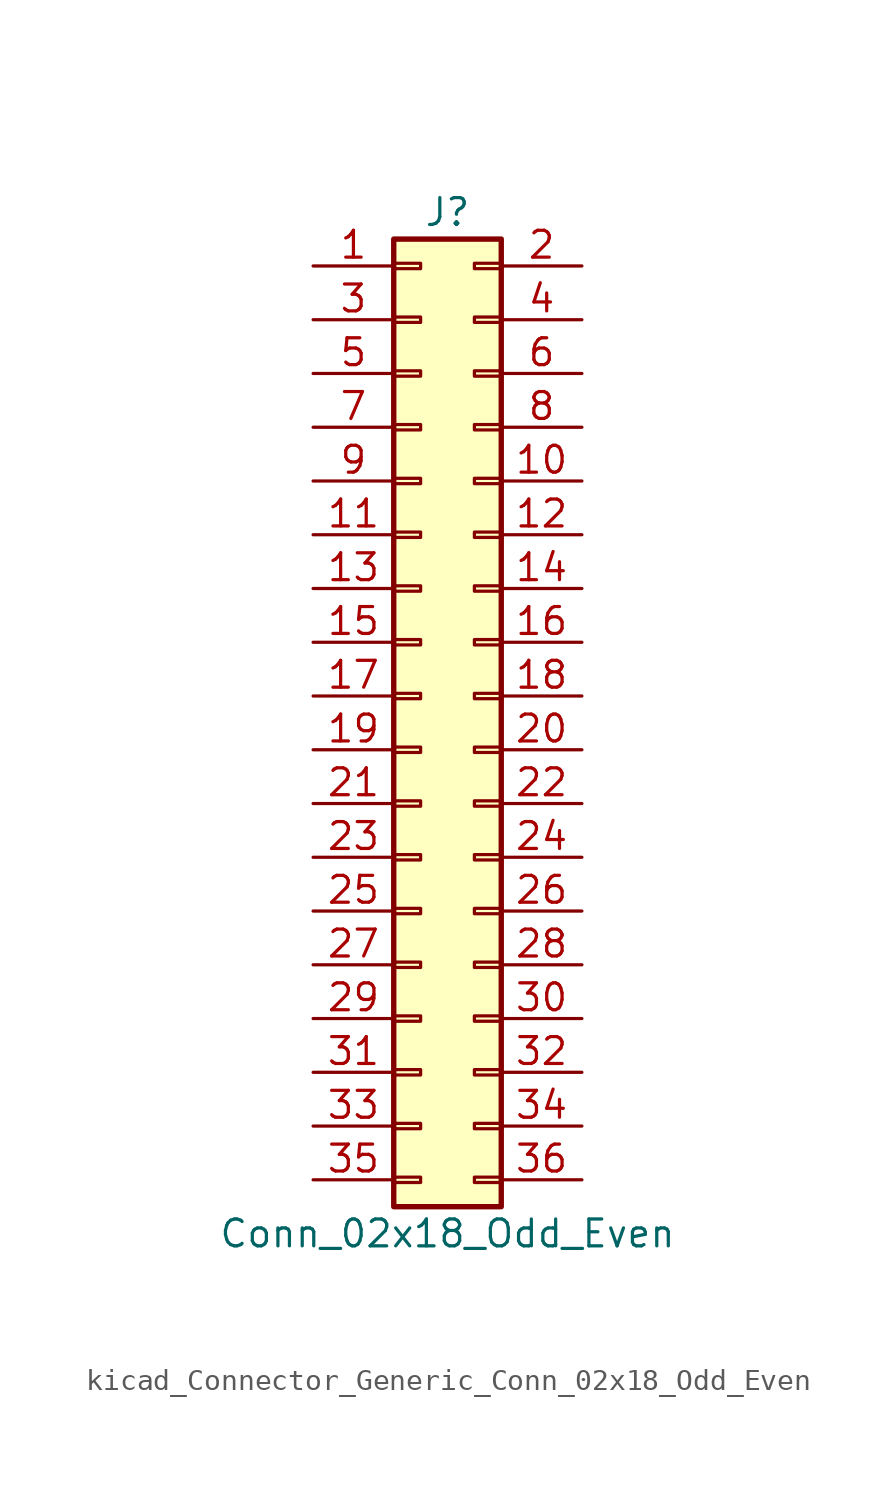
<source format=kicad_sym>
(kicad_symbol_lib
  (version 20220914)
  (generator kicad_symbol_editor)
  (symbol "kicad_Connector_Generic_Conn_02x18_Odd_Even"
    (pin_names
      (offset 1.016) hide)
    (property "Reference" "J"
      (at 1.27 22.86 0)
      (effects (font (size 1.27 1.27))))
    (property "Value" "Conn_02x18_Odd_Even"
      (at 1.27 -25.4 0)
      (effects (font (size 1.27 1.27))))
    (symbol "kicad_Connector_Generic_Conn_02x18_Odd_Even_1_1"
      (rectangle (start -1.27 -22.733) (end 0 -22.987) (stroke (width 0.152) (type default)) (fill (type none)))
      (rectangle (start -1.27 -20.193) (end 0 -20.447) (stroke (width 0.152) (type default)) (fill (type none)))
      (rectangle (start -1.27 -17.653) (end 0 -17.907) (stroke (width 0.152) (type default)) (fill (type none)))
      (rectangle (start -1.27 -15.113) (end 0 -15.367) (stroke (width 0.152) (type default)) (fill (type none)))
      (rectangle (start -1.27 -12.573) (end 0 -12.827) (stroke (width 0.152) (type default)) (fill (type none)))
      (rectangle (start -1.27 -10.033) (end 0 -10.287) (stroke (width 0.152) (type default)) (fill (type none)))
      (rectangle (start -1.27 -7.493) (end 0 -7.747) (stroke (width 0.152) (type default)) (fill (type none)))
      (rectangle (start -1.27 -4.953) (end 0 -5.207) (stroke (width 0.152) (type default)) (fill (type none)))
      (rectangle (start -1.27 -2.413) (end 0 -2.667) (stroke (width 0.152) (type default)) (fill (type none)))
      (rectangle (start -1.27 0.127) (end 0 -0.127) (stroke (width 0.152) (type default)) (fill (type none)))
      (rectangle (start -1.27 2.667) (end 0 2.413) (stroke (width 0.152) (type default)) (fill (type none)))
      (rectangle (start -1.27 5.207) (end 0 4.953) (stroke (width 0.152) (type default)) (fill (type none)))
      (rectangle (start -1.27 7.747) (end 0 7.493) (stroke (width 0.152) (type default)) (fill (type none)))
      (rectangle (start -1.27 10.287) (end 0 10.033) (stroke (width 0.152) (type default)) (fill (type none)))
      (rectangle (start -1.27 12.827) (end 0 12.573) (stroke (width 0.152) (type default)) (fill (type none)))
      (rectangle (start -1.27 15.367) (end 0 15.113) (stroke (width 0.152) (type default)) (fill (type none)))
      (rectangle (start -1.27 17.907) (end 0 17.653) (stroke (width 0.152) (type default)) (fill (type none)))
      (rectangle (start -1.27 20.447) (end 0 20.193) (stroke (width 0.152) (type default)) (fill (type none)))
      (rectangle (start -1.27 21.59) (end 3.81 -24.13) (stroke (width 0.254) (type default)) (fill (type background)))
      (rectangle (start 3.81 -22.733) (end 2.54 -22.987) (stroke (width 0.152) (type default)) (fill (type none)))
      (rectangle (start 3.81 -20.193) (end 2.54 -20.447) (stroke (width 0.152) (type default)) (fill (type none)))
      (rectangle (start 3.81 -17.653) (end 2.54 -17.907) (stroke (width 0.152) (type default)) (fill (type none)))
      (rectangle (start 3.81 -15.113) (end 2.54 -15.367) (stroke (width 0.152) (type default)) (fill (type none)))
      (rectangle (start 3.81 -12.573) (end 2.54 -12.827) (stroke (width 0.152) (type default)) (fill (type none)))
      (rectangle (start 3.81 -10.033) (end 2.54 -10.287) (stroke (width 0.152) (type default)) (fill (type none)))
      (rectangle (start 3.81 -7.493) (end 2.54 -7.747) (stroke (width 0.152) (type default)) (fill (type none)))
      (rectangle (start 3.81 -4.953) (end 2.54 -5.207) (stroke (width 0.152) (type default)) (fill (type none)))
      (rectangle (start 3.81 -2.413) (end 2.54 -2.667) (stroke (width 0.152) (type default)) (fill (type none)))
      (rectangle (start 3.81 0.127) (end 2.54 -0.127) (stroke (width 0.152) (type default)) (fill (type none)))
      (rectangle (start 3.81 2.667) (end 2.54 2.413) (stroke (width 0.152) (type default)) (fill (type none)))
      (rectangle (start 3.81 5.207) (end 2.54 4.953) (stroke (width 0.152) (type default)) (fill (type none)))
      (rectangle (start 3.81 7.747) (end 2.54 7.493) (stroke (width 0.152) (type default)) (fill (type none)))
      (rectangle (start 3.81 10.287) (end 2.54 10.033) (stroke (width 0.152) (type default)) (fill (type none)))
      (rectangle (start 3.81 12.827) (end 2.54 12.573) (stroke (width 0.152) (type default)) (fill (type none)))
      (rectangle (start 3.81 15.367) (end 2.54 15.113) (stroke (width 0.152) (type default)) (fill (type none)))
      (rectangle (start 3.81 17.907) (end 2.54 17.653) (stroke (width 0.152) (type default)) (fill (type none)))
      (rectangle (start 3.81 20.447) (end 2.54 20.193) (stroke (width 0.152) (type default)) (fill (type none)))
      (pin passive line (at -5.08 20.32 0) (length 3.81) (name "Pin_1" (effects (font (size 1.27 1.27)))) (number "1" (effects (font (size 1.27 1.27)))))
      (pin passive line (at 7.62 10.16 180) (length 3.81) (name "Pin_10" (effects (font (size 1.27 1.27)))) (number "10" (effects (font (size 1.27 1.27)))))
      (pin passive line (at -5.08 7.62 0) (length 3.81) (name "Pin_11" (effects (font (size 1.27 1.27)))) (number "11" (effects (font (size 1.27 1.27)))))
      (pin passive line (at 7.62 7.62 180) (length 3.81) (name "Pin_12" (effects (font (size 1.27 1.27)))) (number "12" (effects (font (size 1.27 1.27)))))
      (pin passive line (at -5.08 5.08 0) (length 3.81) (name "Pin_13" (effects (font (size 1.27 1.27)))) (number "13" (effects (font (size 1.27 1.27)))))
      (pin passive line (at 7.62 5.08 180) (length 3.81) (name "Pin_14" (effects (font (size 1.27 1.27)))) (number "14" (effects (font (size 1.27 1.27)))))
      (pin passive line (at -5.08 2.54 0) (length 3.81) (name "Pin_15" (effects (font (size 1.27 1.27)))) (number "15" (effects (font (size 1.27 1.27)))))
      (pin passive line (at 7.62 2.54 180) (length 3.81) (name "Pin_16" (effects (font (size 1.27 1.27)))) (number "16" (effects (font (size 1.27 1.27)))))
      (pin passive line (at -5.08 0 0) (length 3.81) (name "Pin_17" (effects (font (size 1.27 1.27)))) (number "17" (effects (font (size 1.27 1.27)))))
      (pin passive line (at 7.62 0 180) (length 3.81) (name "Pin_18" (effects (font (size 1.27 1.27)))) (number "18" (effects (font (size 1.27 1.27)))))
      (pin passive line (at -5.08 -2.54 0) (length 3.81) (name "Pin_19" (effects (font (size 1.27 1.27)))) (number "19" (effects (font (size 1.27 1.27)))))
      (pin passive line (at 7.62 20.32 180) (length 3.81) (name "Pin_2" (effects (font (size 1.27 1.27)))) (number "2" (effects (font (size 1.27 1.27)))))
      (pin passive line (at 7.62 -2.54 180) (length 3.81) (name "Pin_20" (effects (font (size 1.27 1.27)))) (number "20" (effects (font (size 1.27 1.27)))))
      (pin passive line (at -5.08 -5.08 0) (length 3.81) (name "Pin_21" (effects (font (size 1.27 1.27)))) (number "21" (effects (font (size 1.27 1.27)))))
      (pin passive line (at 7.62 -5.08 180) (length 3.81) (name "Pin_22" (effects (font (size 1.27 1.27)))) (number "22" (effects (font (size 1.27 1.27)))))
      (pin passive line (at -5.08 -7.62 0) (length 3.81) (name "Pin_23" (effects (font (size 1.27 1.27)))) (number "23" (effects (font (size 1.27 1.27)))))
      (pin passive line (at 7.62 -7.62 180) (length 3.81) (name "Pin_24" (effects (font (size 1.27 1.27)))) (number "24" (effects (font (size 1.27 1.27)))))
      (pin passive line (at -5.08 -10.16 0) (length 3.81) (name "Pin_25" (effects (font (size 1.27 1.27)))) (number "25" (effects (font (size 1.27 1.27)))))
      (pin passive line (at 7.62 -10.16 180) (length 3.81) (name "Pin_26" (effects (font (size 1.27 1.27)))) (number "26" (effects (font (size 1.27 1.27)))))
      (pin passive line (at -5.08 -12.7 0) (length 3.81) (name "Pin_27" (effects (font (size 1.27 1.27)))) (number "27" (effects (font (size 1.27 1.27)))))
      (pin passive line (at 7.62 -12.7 180) (length 3.81) (name "Pin_28" (effects (font (size 1.27 1.27)))) (number "28" (effects (font (size 1.27 1.27)))))
      (pin passive line (at -5.08 -15.24 0) (length 3.81) (name "Pin_29" (effects (font (size 1.27 1.27)))) (number "29" (effects (font (size 1.27 1.27)))))
      (pin passive line (at -5.08 17.78 0) (length 3.81) (name "Pin_3" (effects (font (size 1.27 1.27)))) (number "3" (effects (font (size 1.27 1.27)))))
      (pin passive line (at 7.62 -15.24 180) (length 3.81) (name "Pin_30" (effects (font (size 1.27 1.27)))) (number "30" (effects (font (size 1.27 1.27)))))
      (pin passive line (at -5.08 -17.78 0) (length 3.81) (name "Pin_31" (effects (font (size 1.27 1.27)))) (number "31" (effects (font (size 1.27 1.27)))))
      (pin passive line (at 7.62 -17.78 180) (length 3.81) (name "Pin_32" (effects (font (size 1.27 1.27)))) (number "32" (effects (font (size 1.27 1.27)))))
      (pin passive line (at -5.08 -20.32 0) (length 3.81) (name "Pin_33" (effects (font (size 1.27 1.27)))) (number "33" (effects (font (size 1.27 1.27)))))
      (pin passive line (at 7.62 -20.32 180) (length 3.81) (name "Pin_34" (effects (font (size 1.27 1.27)))) (number "34" (effects (font (size 1.27 1.27)))))
      (pin passive line (at -5.08 -22.86 0) (length 3.81) (name "Pin_35" (effects (font (size 1.27 1.27)))) (number "35" (effects (font (size 1.27 1.27)))))
      (pin passive line (at 7.62 -22.86 180) (length 3.81) (name "Pin_36" (effects (font (size 1.27 1.27)))) (number "36" (effects (font (size 1.27 1.27)))))
      (pin passive line (at 7.62 17.78 180) (length 3.81) (name "Pin_4" (effects (font (size 1.27 1.27)))) (number "4" (effects (font (size 1.27 1.27)))))
      (pin passive line (at -5.08 15.24 0) (length 3.81) (name "Pin_5" (effects (font (size 1.27 1.27)))) (number "5" (effects (font (size 1.27 1.27)))))
      (pin passive line (at 7.62 15.24 180) (length 3.81) (name "Pin_6" (effects (font (size 1.27 1.27)))) (number "6" (effects (font (size 1.27 1.27)))))
      (pin passive line (at -5.08 12.7 0) (length 3.81) (name "Pin_7" (effects (font (size 1.27 1.27)))) (number "7" (effects (font (size 1.27 1.27)))))
      (pin passive line (at 7.62 12.7 180) (length 3.81) (name "Pin_8" (effects (font (size 1.27 1.27)))) (number "8" (effects (font (size 1.27 1.27)))))
      (pin passive line (at -5.08 10.16 0) (length 3.81) (name "Pin_9" (effects (font (size 1.27 1.27)))) (number "9" (effects (font (size 1.27 1.27))))))))
</source>
